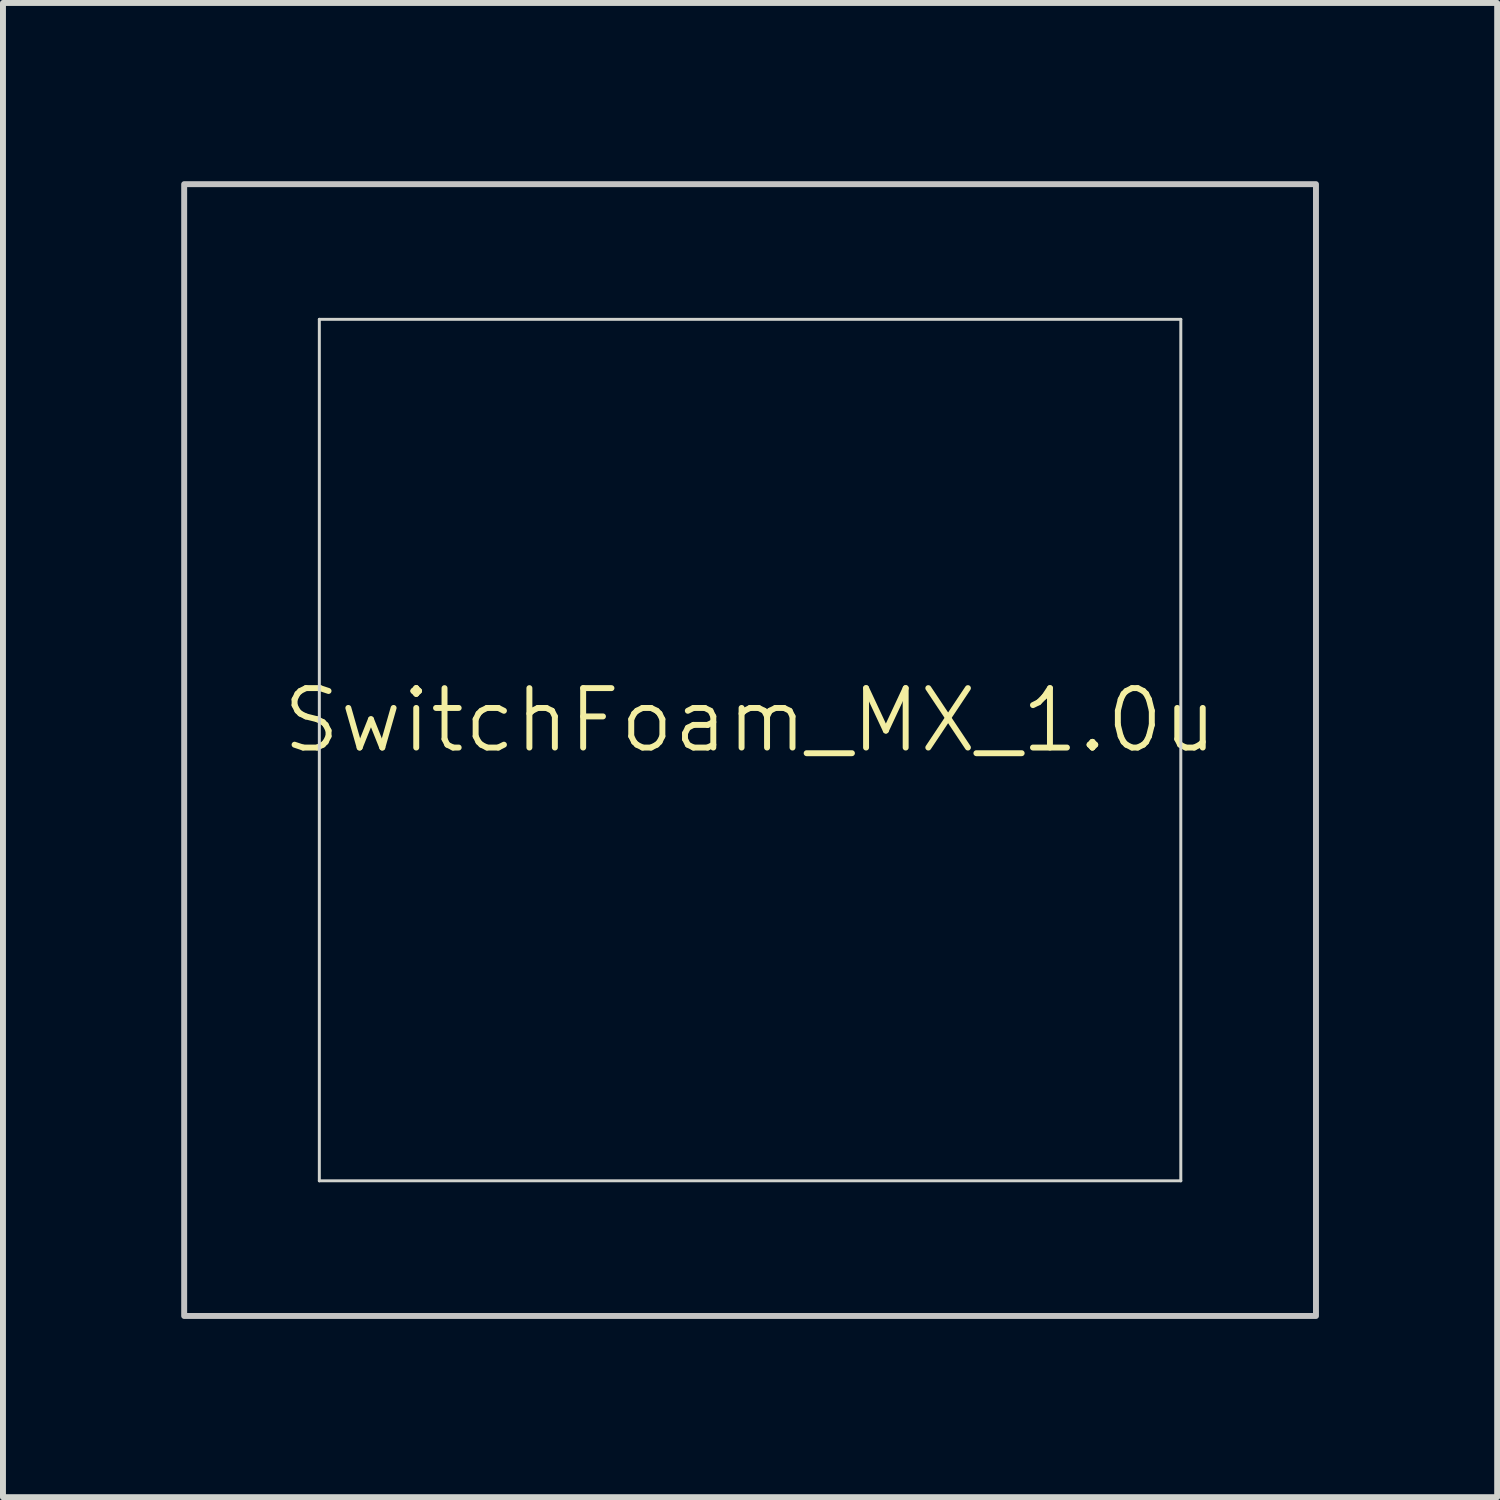
<source format=kicad_pcb>
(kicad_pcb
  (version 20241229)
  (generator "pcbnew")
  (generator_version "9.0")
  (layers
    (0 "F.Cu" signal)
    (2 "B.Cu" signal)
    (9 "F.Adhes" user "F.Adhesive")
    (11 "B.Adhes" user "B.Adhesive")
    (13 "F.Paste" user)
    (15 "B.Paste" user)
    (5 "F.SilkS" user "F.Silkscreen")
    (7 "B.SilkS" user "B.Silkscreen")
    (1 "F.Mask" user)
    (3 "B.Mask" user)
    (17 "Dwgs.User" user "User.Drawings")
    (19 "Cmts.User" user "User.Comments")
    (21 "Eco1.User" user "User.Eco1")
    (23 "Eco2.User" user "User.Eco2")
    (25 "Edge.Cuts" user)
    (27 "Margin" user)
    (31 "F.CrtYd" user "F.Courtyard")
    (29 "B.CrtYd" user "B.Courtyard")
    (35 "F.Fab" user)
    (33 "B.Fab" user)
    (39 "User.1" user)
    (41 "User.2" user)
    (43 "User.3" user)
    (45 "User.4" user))
  (footprint "SwitchFoam_MX_1.0u"
    (layer "F.Cu")
    (at 9.575 9.575)
    (property "Reference" "SwitchFoam_MX_1.0u" (at 0 -0.5 0) (unlocked yes) (layer "F.SilkS") (effects (font (size 1 1) (thickness 0.1))))
    (attr exclude_from_pos_files exclude_from_bom allow_missing_courtyard)
    (fp_rect (start -9.525 -9.525) (end 9.525 9.525) (stroke (width 0.1) (type solid)) (fill no) (layer "Dwgs.User"))
    (fp_line (start -7.25 -7.25) (end -7.25 7.25) (stroke (width 0.05) (type solid)) (layer "Edge.Cuts"))
    (fp_line (start -7.25 7.25) (end 7.25 7.25) (stroke (width 0.05) (type solid)) (layer "Edge.Cuts"))
    (fp_line (start 7.25 -7.25) (end -7.25 -7.25) (stroke (width 0.05) (type solid)) (layer "Edge.Cuts"))
    (fp_line (start 7.25 7.25) (end 7.25 -7.25) (stroke (width 0.05) (type solid)) (layer "Edge.Cuts")))
  (gr_rect
    (start -3 -3)
    (end 22.15 22.15)
    (stroke (width 0.1) (type default))
    (fill no)
    (layer "Edge.Cuts")))
</source>
